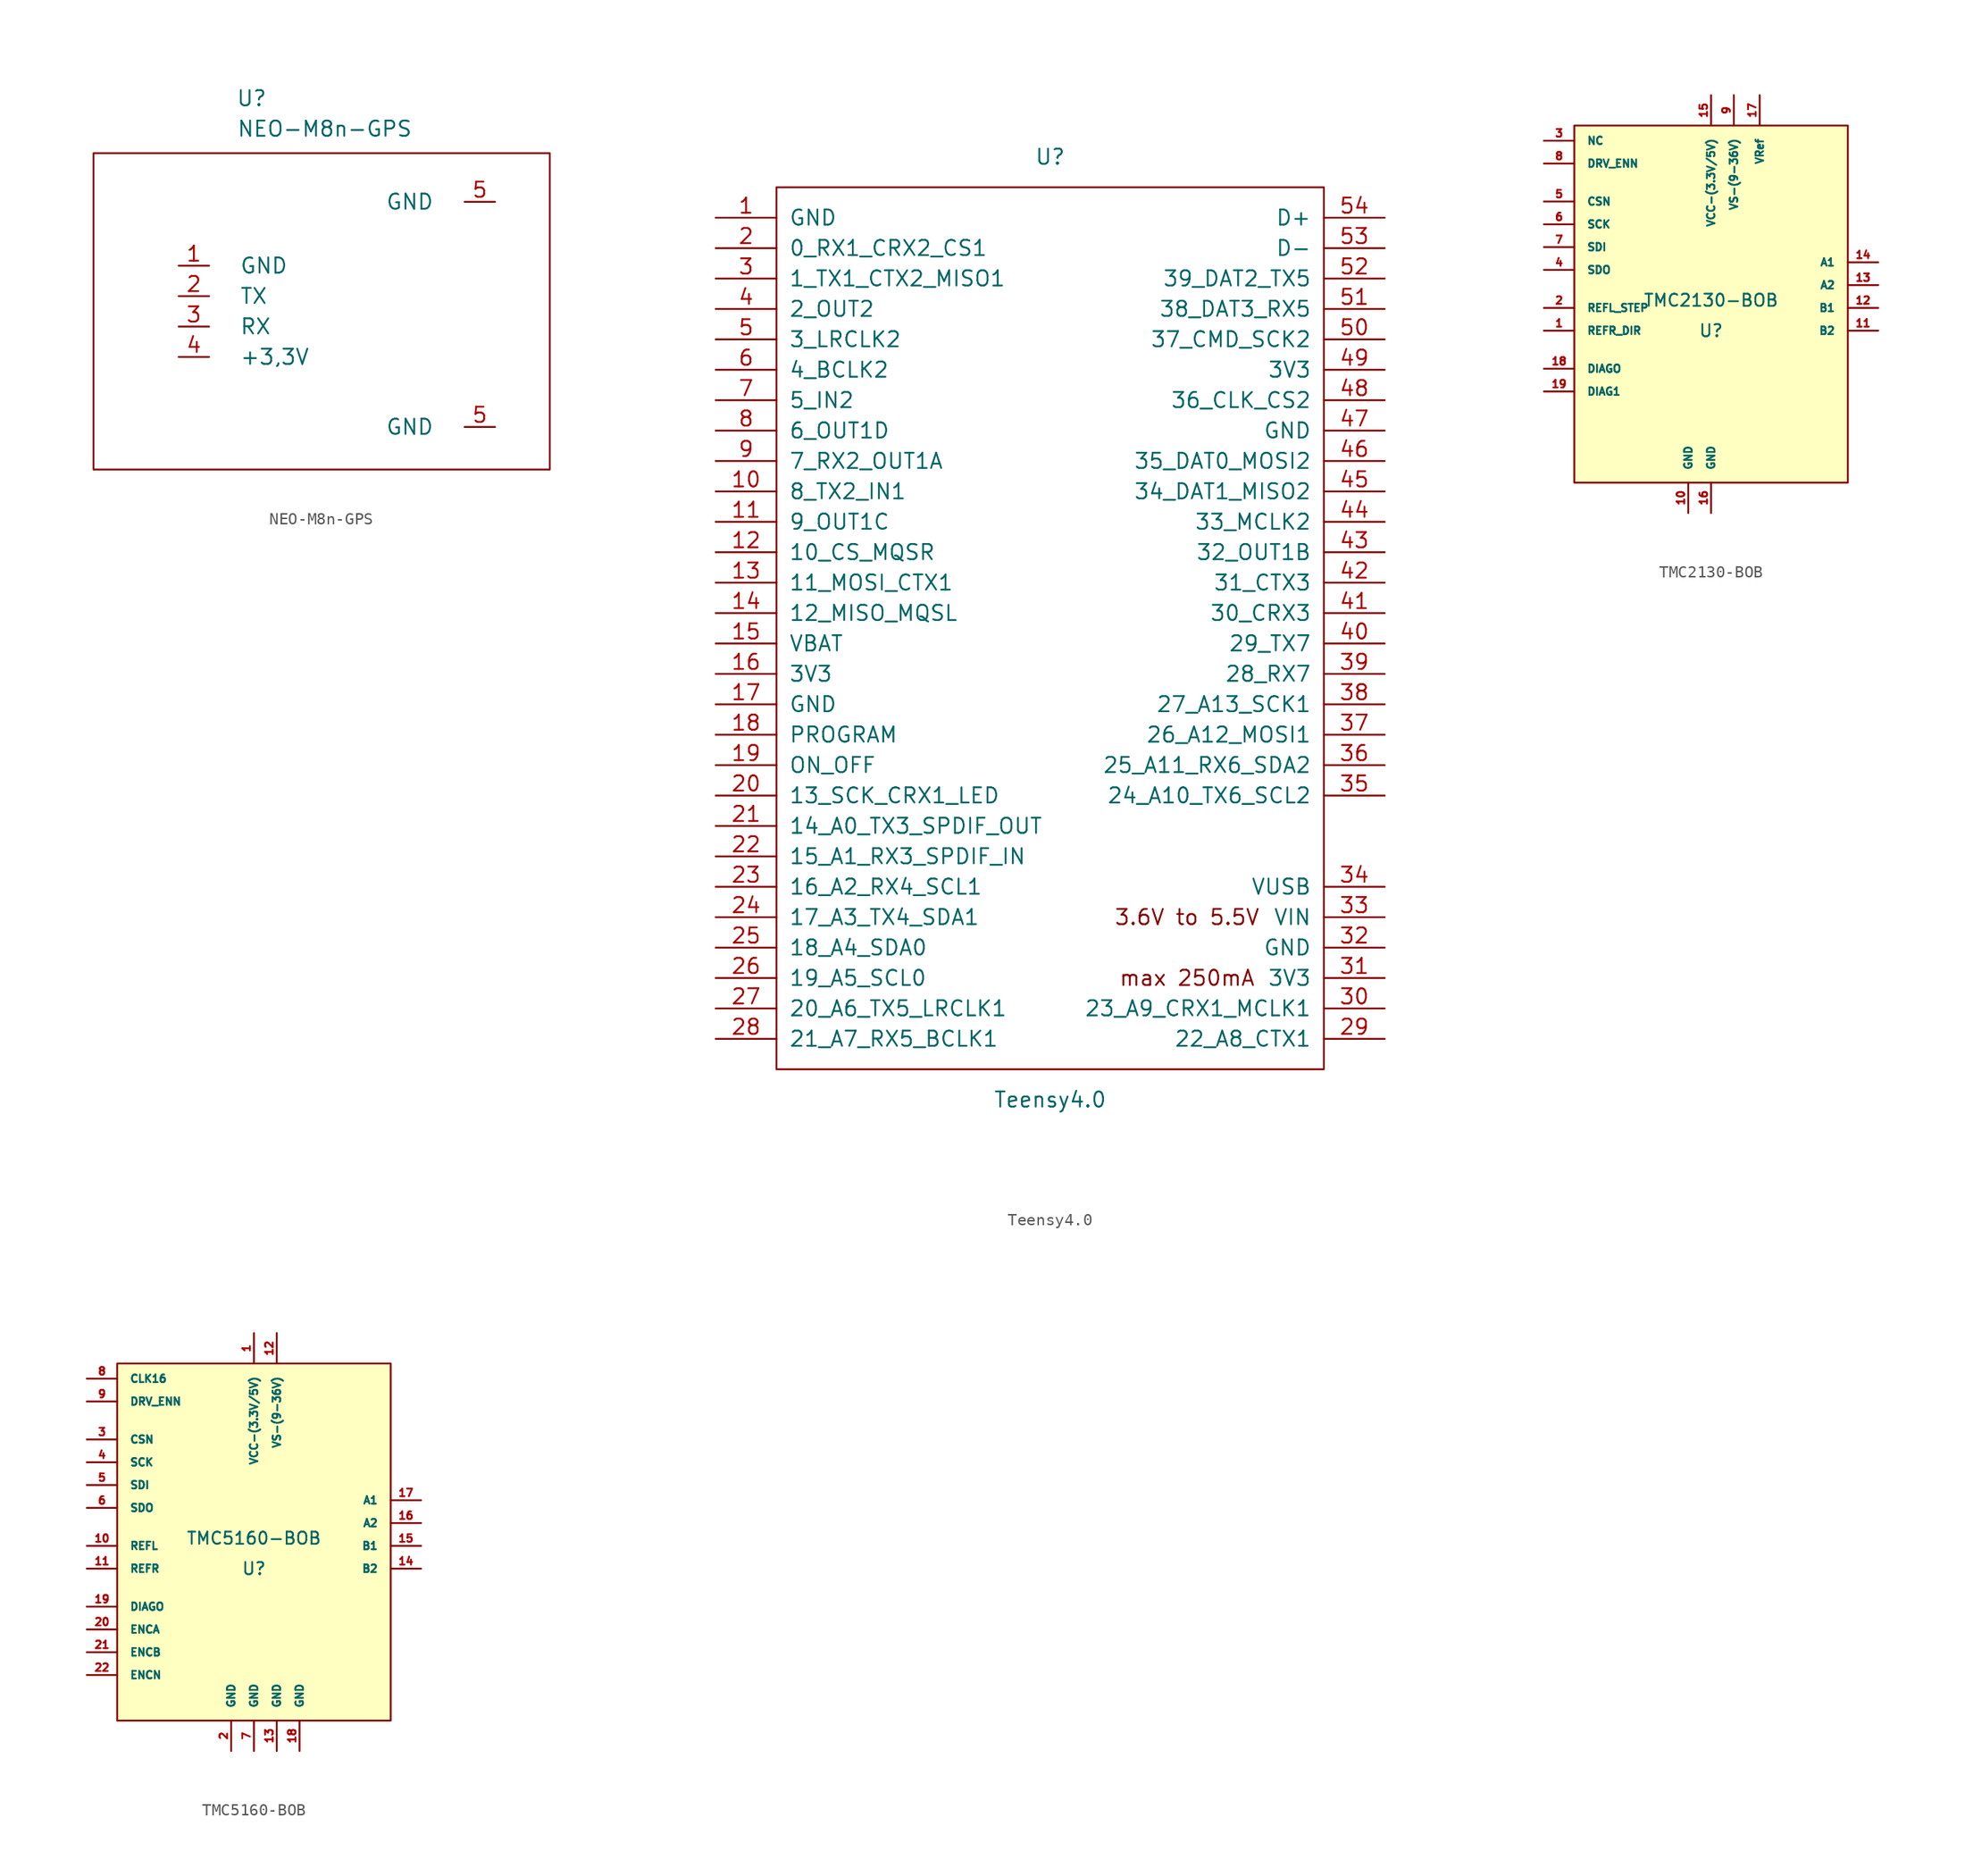
<source format=kicad_sym>
(kicad_symbol_lib
  (version 20220914)
  (generator kicad_symbol_editor)
  (symbol "NEO-M8n-GPS"
    (pin_names
      (offset 2.54))
    (property "Reference" "U"
      (at 12.446 17.78 0)
      (effects (font (size 1.27 1.27))))
    (property "Value" "NEO-M8n-GPS"
      (at 18.542 15.24 0)
      (effects (font (size 1.27 1.27))))
    (symbol "NEO-M8n-GPS_0_1"
      (rectangle (start -0.762 13.208) (end 37.338 -13.208) (stroke (width 0) (type default)) (fill (type none))))
    (symbol "NEO-M8n-GPS_1_1"
      (pin power_in line (at 6.35 3.81 0) (length 2.54) (name "GND" (effects (font (size 1.27 1.27)))) (number "1" (effects (font (size 1.27 1.27)))))
      (pin output line (at 6.35 1.27 0) (length 2.54) (name "TX" (effects (font (size 1.27 1.27)))) (number "2" (effects (font (size 1.27 1.27)))))
      (pin input line (at 6.35 -1.27 0) (length 2.54) (name "RX" (effects (font (size 1.27 1.27)))) (number "3" (effects (font (size 1.27 1.27)))))
      (pin power_in line (at 6.35 -3.81 0) (length 2.54) (name "+3,3V" (effects (font (size 1.27 1.27)))) (number "4" (effects (font (size 1.27 1.27)))))
      (pin passive line (at 32.766 -9.652 180) (length 2.54) (name "GND" (effects (font (size 1.27 1.27)))) (number "5" (effects (font (size 1.27 1.27)))))
      (pin passive line (at 32.766 9.144 180) (length 2.54) (name "GND" (effects (font (size 1.27 1.27)))) (number "5" (effects (font (size 1.27 1.27)))))))
  (symbol "Teensy4.0"
    (pin_names
      (offset 1.016))
    (property "Reference" "U"
      (at 0 39.37 0)
      (effects (font (size 1.27 1.27))))
    (property "Value" "Teensy4.0"
      (at 0 -39.37 0)
      (effects (font (size 1.27 1.27))))
    (symbol "Teensy4.0_0_0"
      (text "3.6V to 5.5V" (at 11.43 -24.13 0) (effects (font (size 1.27 1.27))))
      (text "max 250mA" (at 11.43 -29.21 0) (effects (font (size 1.27 1.27))))
      (pin bidirectional line (at -27.94 11.43 0) (length 5.08) (name "8_TX2_IN1" (effects (font (size 1.27 1.27)))) (number "10" (effects (font (size 1.27 1.27)))))
      (pin bidirectional line (at -27.94 8.89 0) (length 5.08) (name "9_OUT1C" (effects (font (size 1.27 1.27)))) (number "11" (effects (font (size 1.27 1.27)))))
      (pin bidirectional line (at -27.94 6.35 0) (length 5.08) (name "10_CS_MQSR" (effects (font (size 1.27 1.27)))) (number "12" (effects (font (size 1.27 1.27)))))
      (pin bidirectional line (at -27.94 3.81 0) (length 5.08) (name "11_MOSI_CTX1" (effects (font (size 1.27 1.27)))) (number "13" (effects (font (size 1.27 1.27)))))
      (pin bidirectional line (at -27.94 1.27 0) (length 5.08) (name "12_MISO_MQSL" (effects (font (size 1.27 1.27)))) (number "14" (effects (font (size 1.27 1.27)))))
      (pin power_in line (at -27.94 -1.27 0) (length 5.08) (name "VBAT" (effects (font (size 1.27 1.27)))) (number "15" (effects (font (size 1.27 1.27)))))
      (pin power_in line (at -27.94 -3.81 0) (length 5.08) (name "3V3" (effects (font (size 1.27 1.27)))) (number "16" (effects (font (size 1.27 1.27)))))
      (pin power_in line (at -27.94 -6.35 0) (length 5.08) (name "GND" (effects (font (size 1.27 1.27)))) (number "17" (effects (font (size 1.27 1.27)))))
      (pin input line (at -27.94 -8.89 0) (length 5.08) (name "PROGRAM" (effects (font (size 1.27 1.27)))) (number "18" (effects (font (size 1.27 1.27)))))
      (pin input line (at -27.94 -11.43 0) (length 5.08) (name "ON_OFF" (effects (font (size 1.27 1.27)))) (number "19" (effects (font (size 1.27 1.27)))))
      (pin bidirectional line (at -27.94 -13.97 0) (length 5.08) (name "13_SCK_CRX1_LED" (effects (font (size 1.27 1.27)))) (number "20" (effects (font (size 1.27 1.27)))))
      (pin bidirectional line (at -27.94 -16.51 0) (length 5.08) (name "14_A0_TX3_SPDIF_OUT" (effects (font (size 1.27 1.27)))) (number "21" (effects (font (size 1.27 1.27)))))
      (pin bidirectional line (at -27.94 -19.05 0) (length 5.08) (name "15_A1_RX3_SPDIF_IN" (effects (font (size 1.27 1.27)))) (number "22" (effects (font (size 1.27 1.27)))))
      (pin bidirectional line (at -27.94 -21.59 0) (length 5.08) (name "16_A2_RX4_SCL1" (effects (font (size 1.27 1.27)))) (number "23" (effects (font (size 1.27 1.27)))))
      (pin bidirectional line (at -27.94 -24.13 0) (length 5.08) (name "17_A3_TX4_SDA1" (effects (font (size 1.27 1.27)))) (number "24" (effects (font (size 1.27 1.27)))))
      (pin bidirectional line (at -27.94 -26.67 0) (length 5.08) (name "18_A4_SDA0" (effects (font (size 1.27 1.27)))) (number "25" (effects (font (size 1.27 1.27)))))
      (pin bidirectional line (at -27.94 -29.21 0) (length 5.08) (name "19_A5_SCL0" (effects (font (size 1.27 1.27)))) (number "26" (effects (font (size 1.27 1.27)))))
      (pin bidirectional line (at -27.94 -31.75 0) (length 5.08) (name "20_A6_TX5_LRCLK1" (effects (font (size 1.27 1.27)))) (number "27" (effects (font (size 1.27 1.27)))))
      (pin bidirectional line (at -27.94 -34.29 0) (length 5.08) (name "21_A7_RX5_BCLK1" (effects (font (size 1.27 1.27)))) (number "28" (effects (font (size 1.27 1.27)))))
      (pin bidirectional line (at 27.94 -34.29 180) (length 5.08) (name "22_A8_CTX1" (effects (font (size 1.27 1.27)))) (number "29" (effects (font (size 1.27 1.27)))))
      (pin bidirectional line (at 27.94 -31.75 180) (length 5.08) (name "23_A9_CRX1_MCLK1" (effects (font (size 1.27 1.27)))) (number "30" (effects (font (size 1.27 1.27)))))
      (pin power_out line (at 27.94 -29.21 180) (length 5.08) (name "3V3" (effects (font (size 1.27 1.27)))) (number "31" (effects (font (size 1.27 1.27)))))
      (pin power_in line (at 27.94 -26.67 180) (length 5.08) (name "GND" (effects (font (size 1.27 1.27)))) (number "32" (effects (font (size 1.27 1.27)))))
      (pin power_in line (at 27.94 -24.13 180) (length 5.08) (name "VIN" (effects (font (size 1.27 1.27)))) (number "33" (effects (font (size 1.27 1.27)))))
      (pin power_out line (at 27.94 -21.59 180) (length 5.08) (name "VUSB" (effects (font (size 1.27 1.27)))) (number "34" (effects (font (size 1.27 1.27)))))
      (pin bidirectional line (at 27.94 -13.97 180) (length 5.08) (name "24_A10_TX6_SCL2" (effects (font (size 1.27 1.27)))) (number "35" (effects (font (size 1.27 1.27)))))
      (pin bidirectional line (at 27.94 -11.43 180) (length 5.08) (name "25_A11_RX6_SDA2" (effects (font (size 1.27 1.27)))) (number "36" (effects (font (size 1.27 1.27)))))
      (pin bidirectional line (at 27.94 -8.89 180) (length 5.08) (name "26_A12_MOSI1" (effects (font (size 1.27 1.27)))) (number "37" (effects (font (size 1.27 1.27)))))
      (pin bidirectional line (at 27.94 -6.35 180) (length 5.08) (name "27_A13_SCK1" (effects (font (size 1.27 1.27)))) (number "38" (effects (font (size 1.27 1.27)))))
      (pin bidirectional line (at 27.94 -3.81 180) (length 5.08) (name "28_RX7" (effects (font (size 1.27 1.27)))) (number "39" (effects (font (size 1.27 1.27)))))
      (pin bidirectional line (at 27.94 -1.27 180) (length 5.08) (name "29_TX7" (effects (font (size 1.27 1.27)))) (number "40" (effects (font (size 1.27 1.27)))))
      (pin bidirectional line (at 27.94 1.27 180) (length 5.08) (name "30_CRX3" (effects (font (size 1.27 1.27)))) (number "41" (effects (font (size 1.27 1.27)))))
      (pin bidirectional line (at 27.94 3.81 180) (length 5.08) (name "31_CTX3" (effects (font (size 1.27 1.27)))) (number "42" (effects (font (size 1.27 1.27)))))
      (pin bidirectional line (at 27.94 6.35 180) (length 5.08) (name "32_OUT1B" (effects (font (size 1.27 1.27)))) (number "43" (effects (font (size 1.27 1.27)))))
      (pin bidirectional line (at 27.94 8.89 180) (length 5.08) (name "33_MCLK2" (effects (font (size 1.27 1.27)))) (number "44" (effects (font (size 1.27 1.27)))))
      (pin bidirectional line (at 27.94 11.43 180) (length 5.08) (name "34_DAT1_MISO2" (effects (font (size 1.27 1.27)))) (number "45" (effects (font (size 1.27 1.27)))))
      (pin bidirectional line (at 27.94 13.97 180) (length 5.08) (name "35_DAT0_MOSI2" (effects (font (size 1.27 1.27)))) (number "46" (effects (font (size 1.27 1.27)))))
      (pin power_out line (at 27.94 16.51 180) (length 5.08) (name "GND" (effects (font (size 1.27 1.27)))) (number "47" (effects (font (size 1.27 1.27)))))
      (pin bidirectional line (at 27.94 19.05 180) (length 5.08) (name "36_CLK_CS2" (effects (font (size 1.27 1.27)))) (number "48" (effects (font (size 1.27 1.27)))))
      (pin power_out line (at 27.94 21.59 180) (length 5.08) (name "3V3" (effects (font (size 1.27 1.27)))) (number "49" (effects (font (size 1.27 1.27)))))
      (pin bidirectional line (at -27.94 24.13 0) (length 5.08) (name "3_LRCLK2" (effects (font (size 1.27 1.27)))) (number "5" (effects (font (size 1.27 1.27)))))
      (pin bidirectional line (at 27.94 24.13 180) (length 5.08) (name "37_CMD_SCK2" (effects (font (size 1.27 1.27)))) (number "50" (effects (font (size 1.27 1.27)))))
      (pin bidirectional line (at 27.94 26.67 180) (length 5.08) (name "38_DAT3_RX5" (effects (font (size 1.27 1.27)))) (number "51" (effects (font (size 1.27 1.27)))))
      (pin bidirectional line (at 27.94 29.21 180) (length 5.08) (name "39_DAT2_TX5" (effects (font (size 1.27 1.27)))) (number "52" (effects (font (size 1.27 1.27)))))
      (pin bidirectional line (at 27.94 31.75 180) (length 5.08) (name "D-" (effects (font (size 1.27 1.27)))) (number "53" (effects (font (size 1.27 1.27)))))
      (pin bidirectional line (at 27.94 34.29 180) (length 5.08) (name "D+" (effects (font (size 1.27 1.27)))) (number "54" (effects (font (size 1.27 1.27)))))
      (pin bidirectional line (at -27.94 21.59 0) (length 5.08) (name "4_BCLK2" (effects (font (size 1.27 1.27)))) (number "6" (effects (font (size 1.27 1.27)))))
      (pin bidirectional line (at -27.94 19.05 0) (length 5.08) (name "5_IN2" (effects (font (size 1.27 1.27)))) (number "7" (effects (font (size 1.27 1.27)))))
      (pin bidirectional line (at -27.94 16.51 0) (length 5.08) (name "6_OUT1D" (effects (font (size 1.27 1.27)))) (number "8" (effects (font (size 1.27 1.27)))))
      (pin bidirectional line (at -27.94 13.97 0) (length 5.08) (name "7_RX2_OUT1A" (effects (font (size 1.27 1.27)))) (number "9" (effects (font (size 1.27 1.27))))))
    (symbol "Teensy4.0_0_1"
      (rectangle (start -22.86 36.83) (end 22.86 -36.83) (stroke (width 0) (type default)) (fill (type none)))
      (rectangle (start -20.32 -31.75) (end -20.32 -31.75) (stroke (width 0) (type default)) (fill (type none))))
    (symbol "Teensy4.0_1_1"
      (pin power_in line (at -27.94 34.29 0) (length 5.08) (name "GND" (effects (font (size 1.27 1.27)))) (number "1" (effects (font (size 1.27 1.27)))))
      (pin bidirectional line (at -27.94 31.75 0) (length 5.08) (name "0_RX1_CRX2_CS1" (effects (font (size 1.27 1.27)))) (number "2" (effects (font (size 1.27 1.27)))))
      (pin bidirectional line (at -27.94 29.21 0) (length 5.08) (name "1_TX1_CTX2_MISO1" (effects (font (size 1.27 1.27)))) (number "3" (effects (font (size 1.27 1.27)))))
      (pin bidirectional line (at -27.94 26.67 0) (length 5.08) (name "2_OUT2" (effects (font (size 1.27 1.27)))) (number "4" (effects (font (size 1.27 1.27)))))))
  (symbol "TMC2130-BOB"
    (pin_names
      (offset 1.016))
    (property "Reference" "U"
      (at 0 -1.27 0)
      (effects (font (size 1.016 1.016))))
    (property "Value" "TMC2130-BOB"
      (at 0 1.27 0)
      (effects (font (size 1.016 1.016))))
    (symbol "TMC2130-BOB_0_1"
      (rectangle (start -11.43 15.875) (end 11.43 -13.97) (stroke (width 0) (type default)) (fill (type background))))
    (symbol "TMC2130-BOB_1_1"
      (pin bidirectional line (at -13.97 -1.27 0) (length 2.54) (name "REFR_DIR" (effects (font (size 0.635 0.635)))) (number "1" (effects (font (size 0.635 0.635)))))
      (pin power_in line (at -1.905 -16.51 90) (length 2.54) (name "GND" (effects (font (size 0.635 0.635)))) (number "10" (effects (font (size 0.635 0.635)))))
      (pin output line (at 13.97 -1.27 180) (length 2.54) (name "B2" (effects (font (size 0.635 0.635)))) (number "11" (effects (font (size 0.635 0.635)))))
      (pin output line (at 13.97 0.635 180) (length 2.54) (name "B1" (effects (font (size 0.635 0.635)))) (number "12" (effects (font (size 0.635 0.635)))))
      (pin output line (at 13.97 2.54 180) (length 2.54) (name "A2" (effects (font (size 0.635 0.635)))) (number "13" (effects (font (size 0.635 0.635)))))
      (pin output line (at 13.97 4.445 180) (length 2.54) (name "A1" (effects (font (size 0.635 0.635)))) (number "14" (effects (font (size 0.635 0.635)))))
      (pin power_in line (at 0 18.415 270) (length 2.54) (name "VCC-(3.3V/5V)" (effects (font (size 0.635 0.635)))) (number "15" (effects (font (size 0.635 0.635)))))
      (pin power_in line (at 0 -16.51 90) (length 2.54) (name "GND" (effects (font (size 0.635 0.635)))) (number "16" (effects (font (size 0.635 0.635)))))
      (pin power_in line (at 4.064 18.415 270) (length 2.54) (name "VRef" (effects (font (size 0.635 0.635)))) (number "17" (effects (font (size 0.635 0.635)))))
      (pin bidirectional line (at -13.97 -4.445 0) (length 2.54) (name "DIAGO" (effects (font (size 0.635 0.635)))) (number "18" (effects (font (size 0.635 0.635)))))
      (pin output line (at -13.97 -6.35 0) (length 2.54) (name "DIAG1" (effects (font (size 0.635 0.635)))) (number "19" (effects (font (size 0.635 0.635)))))
      (pin bidirectional line (at -13.97 0.635 0) (length 2.54) (name "REFL_STEP" (effects (font (size 0.635 0.635)))) (number "2" (effects (font (size 0.635 0.635)))))
      (pin bidirectional line (at -13.97 14.605 0) (length 2.54) (name "NC" (effects (font (size 0.635 0.635)))) (number "3" (effects (font (size 0.635 0.635)))))
      (pin bidirectional line (at -13.97 3.81 0) (length 2.54) (name "SDO" (effects (font (size 0.635 0.635)))) (number "4" (effects (font (size 0.635 0.635)))))
      (pin bidirectional line (at -13.97 9.525 0) (length 2.54) (name "CSN" (effects (font (size 0.635 0.635)))) (number "5" (effects (font (size 0.635 0.635)))))
      (pin bidirectional line (at -13.97 7.62 0) (length 2.54) (name "SCK" (effects (font (size 0.635 0.635)))) (number "6" (effects (font (size 0.635 0.635)))))
      (pin bidirectional line (at -13.97 5.715 0) (length 2.54) (name "SDI" (effects (font (size 0.635 0.635)))) (number "7" (effects (font (size 0.635 0.635)))))
      (pin bidirectional line (at -13.97 12.7 0) (length 2.54) (name "DRV_ENN" (effects (font (size 0.635 0.635)))) (number "8" (effects (font (size 0.635 0.635)))))
      (pin power_in line (at 1.905 18.415 270) (length 2.54) (name "VS-(9-36V)" (effects (font (size 0.635 0.635)))) (number "9" (effects (font (size 0.635 0.635)))))))
  (symbol "TMC5160-BOB"
    (pin_names
      (offset 1.016))
    (property "Reference" "U"
      (at 0 -1.27 0)
      (effects (font (size 1.016 1.016))))
    (property "Value" "TMC5160-BOB"
      (at 0 1.27 0)
      (effects (font (size 1.016 1.016))))
    (symbol "TMC5160-BOB_0_1"
      (rectangle (start -11.43 15.875) (end 11.43 -13.97) (stroke (width 0) (type default)) (fill (type background))))
    (symbol "TMC5160-BOB_1_1"
      (pin power_in line (at 0 18.415 270) (length 2.54) (name "VCC-(3.3V/5V)" (effects (font (size 0.635 0.635)))) (number "1" (effects (font (size 0.635 0.635)))))
      (pin bidirectional line (at -13.97 0.635 0) (length 2.54) (name "REFL" (effects (font (size 0.635 0.635)))) (number "10" (effects (font (size 0.635 0.635)))))
      (pin bidirectional line (at -13.97 -1.27 0) (length 2.54) (name "REFR" (effects (font (size 0.635 0.635)))) (number "11" (effects (font (size 0.635 0.635)))))
      (pin power_in line (at 1.905 18.415 270) (length 2.54) (name "VS-(9-36V)" (effects (font (size 0.635 0.635)))) (number "12" (effects (font (size 0.635 0.635)))))
      (pin power_in line (at 1.905 -16.51 90) (length 2.54) (name "GND" (effects (font (size 0.635 0.635)))) (number "13" (effects (font (size 0.635 0.635)))))
      (pin output line (at 13.97 -1.27 180) (length 2.54) (name "B2" (effects (font (size 0.635 0.635)))) (number "14" (effects (font (size 0.635 0.635)))))
      (pin output line (at 13.97 0.635 180) (length 2.54) (name "B1" (effects (font (size 0.635 0.635)))) (number "15" (effects (font (size 0.635 0.635)))))
      (pin output line (at 13.97 2.54 180) (length 2.54) (name "A2" (effects (font (size 0.635 0.635)))) (number "16" (effects (font (size 0.635 0.635)))))
      (pin output line (at 13.97 4.445 180) (length 2.54) (name "A1" (effects (font (size 0.635 0.635)))) (number "17" (effects (font (size 0.635 0.635)))))
      (pin power_in line (at 3.81 -16.51 90) (length 2.54) (name "GND" (effects (font (size 0.635 0.635)))) (number "18" (effects (font (size 0.635 0.635)))))
      (pin bidirectional line (at -13.97 -4.445 0) (length 2.54) (name "DIAGO" (effects (font (size 0.635 0.635)))) (number "19" (effects (font (size 0.635 0.635)))))
      (pin power_in line (at -1.905 -16.51 90) (length 2.54) (name "GND" (effects (font (size 0.635 0.635)))) (number "2" (effects (font (size 0.635 0.635)))))
      (pin output line (at -13.97 -6.35 0) (length 2.54) (name "ENCA" (effects (font (size 0.635 0.635)))) (number "20" (effects (font (size 0.635 0.635)))))
      (pin output line (at -13.97 -8.255 0) (length 2.54) (name "ENCB" (effects (font (size 0.635 0.635)))) (number "21" (effects (font (size 0.635 0.635)))))
      (pin output line (at -13.97 -10.16 0) (length 2.54) (name "ENCN" (effects (font (size 0.635 0.635)))) (number "22" (effects (font (size 0.635 0.635)))))
      (pin bidirectional line (at -13.97 9.525 0) (length 2.54) (name "CSN" (effects (font (size 0.635 0.635)))) (number "3" (effects (font (size 0.635 0.635)))))
      (pin bidirectional line (at -13.97 7.62 0) (length 2.54) (name "SCK" (effects (font (size 0.635 0.635)))) (number "4" (effects (font (size 0.635 0.635)))))
      (pin bidirectional line (at -13.97 5.715 0) (length 2.54) (name "SDI" (effects (font (size 0.635 0.635)))) (number "5" (effects (font (size 0.635 0.635)))))
      (pin bidirectional line (at -13.97 3.81 0) (length 2.54) (name "SDO" (effects (font (size 0.635 0.635)))) (number "6" (effects (font (size 0.635 0.635)))))
      (pin power_in line (at 0 -16.51 90) (length 2.54) (name "GND" (effects (font (size 0.635 0.635)))) (number "7" (effects (font (size 0.635 0.635)))))
      (pin bidirectional line (at -13.97 14.605 0) (length 2.54) (name "CLK16" (effects (font (size 0.635 0.635)))) (number "8" (effects (font (size 0.635 0.635)))))
      (pin bidirectional line (at -13.97 12.7 0) (length 2.54) (name "DRV_ENN" (effects (font (size 0.635 0.635)))) (number "9" (effects (font (size 0.635 0.635))))))))
</source>
